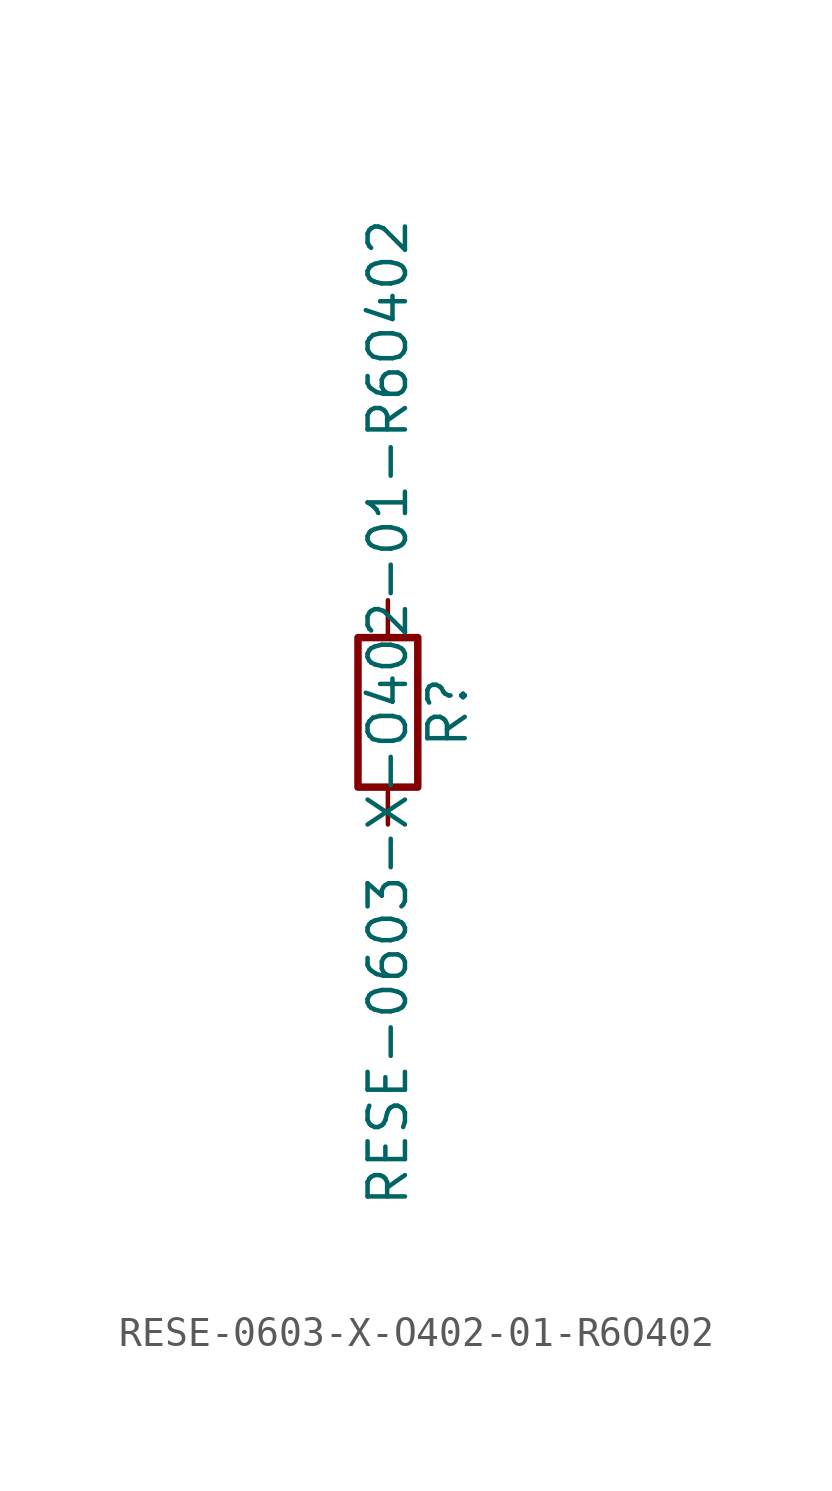
<source format=kicad_sym>
(kicad_symbol_lib
  (version 20211014)
  (generator kicad_symbol_editor)
  (symbol "RESE-0603-X-O402-01-R6O402"
    (pin_numbers hide)
    (pin_names
      (offset 0))
    (property "Reference" "R"
      (at 2.032 0 90)
      (effects (font (size 1.27 1.27))))
    (property "Value" "RESE-0603-X-O402-01-R6O402"
      (at 0 0 90)
      (effects (font (size 1.27 1.27))))
    (symbol "RESE-0603-X-O402-01-R6O402_0_1"
      (rectangle (start -1.016 -2.54) (end 1.016 2.54) (stroke (width 0.254) (type default) (color 0 0 0 0)) (fill (type none))))
    (symbol "RESE-0603-X-O402-01-R6O402_1_1"
      (pin passive line (at 0 3.81 270) (length 1.27) (name "~" (effects (font (size 1.27 1.27)))) (number "1" (effects (font (size 1.27 1.27)))))
      (pin passive line (at 0 -3.81 90) (length 1.27) (name "~" (effects (font (size 1.27 1.27)))) (number "2" (effects (font (size 1.27 1.27))))))))
</source>
